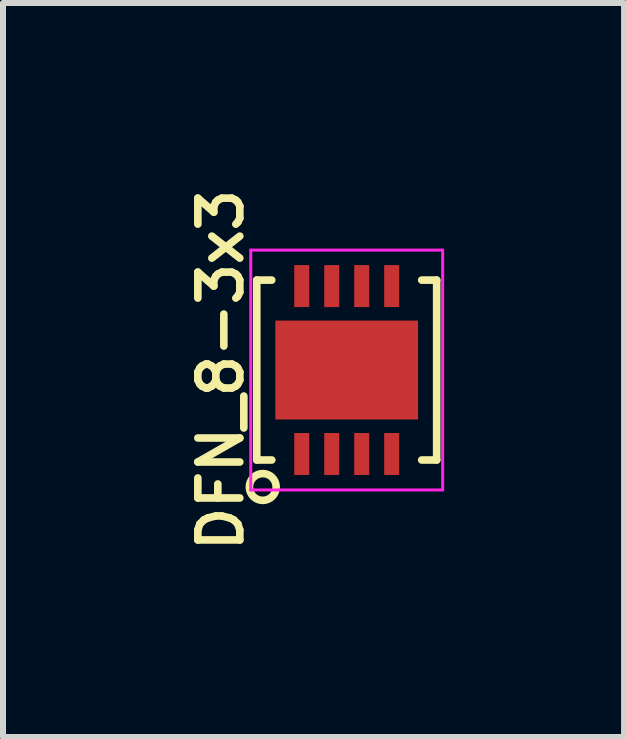
<source format=kicad_pcb>
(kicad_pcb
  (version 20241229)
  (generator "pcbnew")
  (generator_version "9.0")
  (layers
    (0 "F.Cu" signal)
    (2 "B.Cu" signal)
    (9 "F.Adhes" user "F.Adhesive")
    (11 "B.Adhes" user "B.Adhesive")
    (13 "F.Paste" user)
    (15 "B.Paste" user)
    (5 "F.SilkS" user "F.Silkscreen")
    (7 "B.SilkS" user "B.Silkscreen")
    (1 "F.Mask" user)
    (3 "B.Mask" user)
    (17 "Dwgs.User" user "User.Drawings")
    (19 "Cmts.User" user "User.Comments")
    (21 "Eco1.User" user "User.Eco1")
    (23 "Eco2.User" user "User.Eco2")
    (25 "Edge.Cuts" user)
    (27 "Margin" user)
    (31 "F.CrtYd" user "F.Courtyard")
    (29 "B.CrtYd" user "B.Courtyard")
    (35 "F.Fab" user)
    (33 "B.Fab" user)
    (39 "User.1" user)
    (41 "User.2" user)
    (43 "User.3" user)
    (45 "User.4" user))
  (footprint "DFN_8-3x3"
    (layer "F.Cu")
    (at 2.732 3.121)
    (property "Reference" "DFN_8-3x3" (at -2.1 0 90) (layer "F.SilkS") (effects (font (size 0.7 0.7) (thickness 0.127))))
    (attr through_hole)
    (fp_line (start -1.5 -1.5) (end -1.25 -1.5) (stroke (width 0.127) (type solid)) (layer "F.SilkS"))
    (fp_line (start -1.5 1.5) (end -1.5 -1.5) (stroke (width 0.127) (type solid)) (layer "F.SilkS"))
    (fp_line (start -1.25 1.5) (end -1.5 1.5) (stroke (width 0.127) (type solid)) (layer "F.SilkS"))
    (fp_line (start 1.25 -1.5) (end 1.5 -1.5) (stroke (width 0.127) (type solid)) (layer "F.SilkS"))
    (fp_line (start 1.5 -1.5) (end 1.5 1.5) (stroke (width 0.127) (type solid)) (layer "F.SilkS"))
    (fp_line (start 1.5 1.5) (end 1.25 1.5) (stroke (width 0.127) (type solid)) (layer "F.SilkS"))
    (fp_circle (center -1.4 1.95) (end -1.5 2.15) (stroke (width 0.127) (type solid)) (fill no) (layer "F.SilkS"))
    (fp_line (start -1.6 -2) (end 1.6 -2) (stroke (width 0.05) (type solid)) (layer "F.CrtYd"))
    (fp_line (start -1.6 2) (end -1.6 -2) (stroke (width 0.05) (type solid)) (layer "F.CrtYd"))
    (fp_line (start 1.6 -2) (end 1.6 2) (stroke (width 0.05) (type solid)) (layer "F.CrtYd"))
    (fp_line (start 1.6 2) (end -1.6 2) (stroke (width 0.05) (type solid)) (layer "F.CrtYd"))
    (pad "1" smd rect (at -0.75 1.4) (size 0.25 0.7) (layers "F.Cu" "F.Mask" "F.Paste"))
    (pad "2" smd rect (at -0.25 1.4) (size 0.25 0.7) (layers "F.Cu" "F.Mask" "F.Paste"))
    (pad "3" smd rect (at 0.25 1.4) (size 0.25 0.7) (layers "F.Cu" "F.Mask" "F.Paste"))
    (pad "4" smd rect (at 0.75 1.4) (size 0.25 0.7) (layers "F.Cu" "F.Mask" "F.Paste"))
    (pad "5" smd rect (at 0.75 -1.4) (size 0.25 0.7) (layers "F.Cu" "F.Mask" "F.Paste"))
    (pad "6" smd rect (at 0.25 -1.4) (size 0.25 0.7) (layers "F.Cu" "F.Mask" "F.Paste"))
    (pad "7" smd rect (at -0.25 -1.4) (size 0.25 0.7) (layers "F.Cu" "F.Mask" "F.Paste"))
    (pad "8" smd rect (at -0.75 -1.4) (size 0.25 0.7) (layers "F.Cu" "F.Mask" "F.Paste"))
    (pad "9" smd rect (at 0 0) (size 2.38 1.65) (layers "F.Cu" "F.Mask" "F.Paste")))
  (gr_rect
    (start -3 -3)
    (end 7.357 9.241)
    (stroke (width 0.1) (type default))
    (fill no)
    (layer "Edge.Cuts")))
</source>
